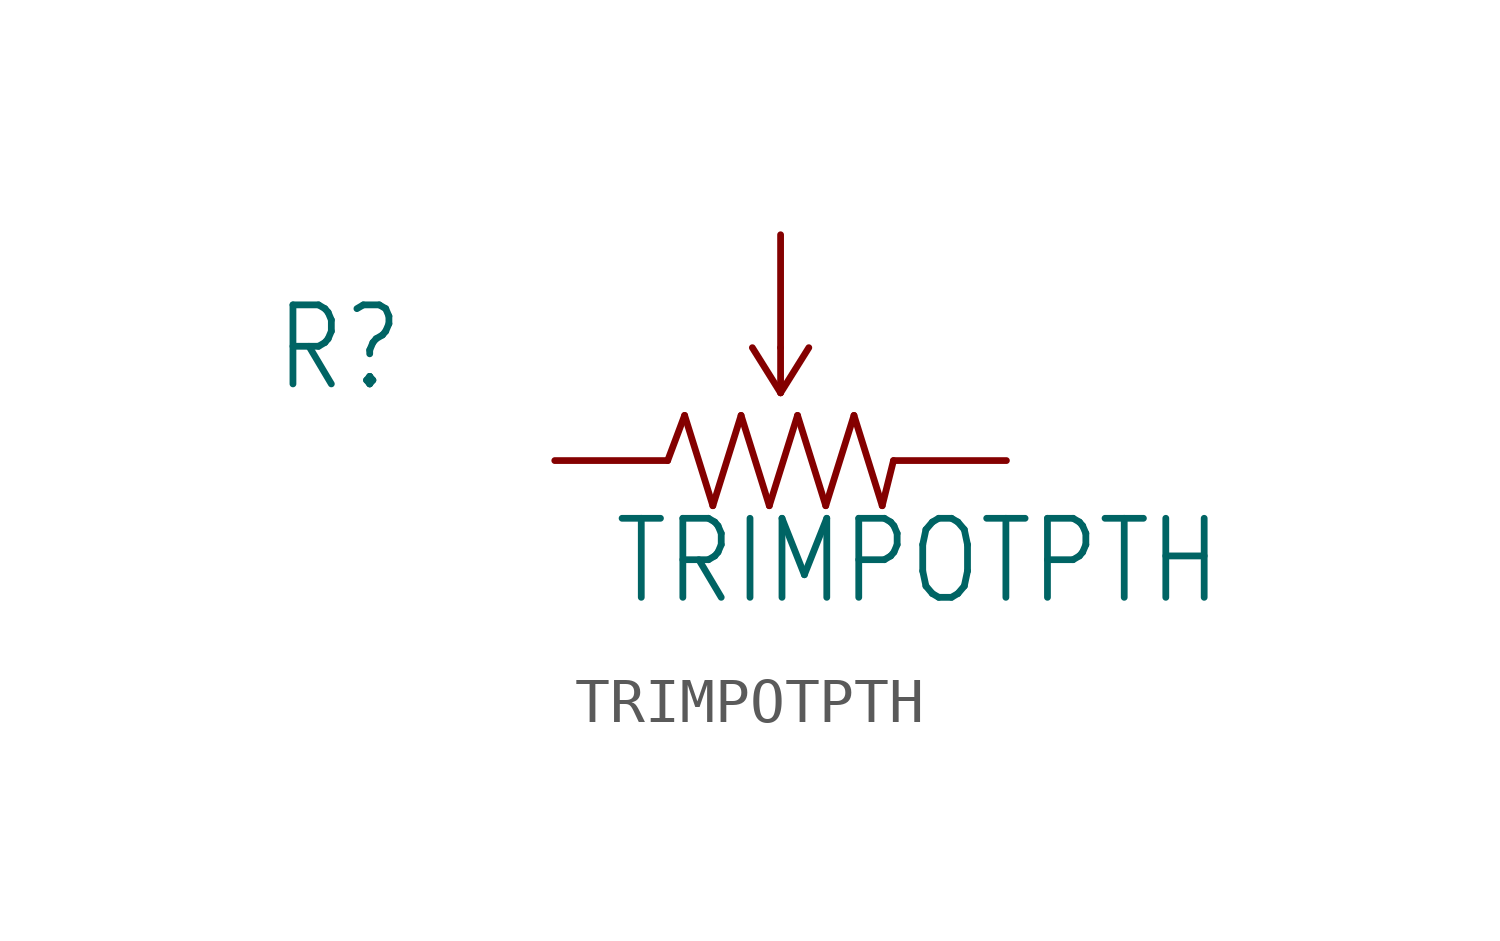
<source format=kicad_sym>
(kicad_symbol_lib
  (version 20211014)
  (generator kicad_symbol_editor)
  (symbol "TRIMPOTPTH"
    (property "Reference" "R"
      (at -11.43 1.499 0)
      (effects (font (size 1.778 1.511)) (justify left bottom)))
    (property "Value" "TRIMPOTPTH"
      (at -3.81 -3.302 0)
      (effects (font (size 1.778 1.511)) (justify left bottom)))
    (property "ki_locked" ""
      (at 0 0 0)
      (effects (font (size 1.27 1.27))))
    (symbol "TRIMPOTPTH_1_0"
      (polyline (pts (xy -2.54 0) (xy -2.159 1.016)) (stroke (width 0.152) (type default) (color 0 0 0 0)) (fill (type none)))
      (polyline (pts (xy -2.159 1.016) (xy -1.524 -1.016)) (stroke (width 0.152) (type default) (color 0 0 0 0)) (fill (type none)))
      (polyline (pts (xy -1.524 -1.016) (xy -0.889 1.016)) (stroke (width 0.152) (type default) (color 0 0 0 0)) (fill (type none)))
      (polyline (pts (xy -0.889 1.016) (xy -0.254 -1.016)) (stroke (width 0.152) (type default) (color 0 0 0 0)) (fill (type none)))
      (polyline (pts (xy -0.635 2.54) (xy 0 1.524)) (stroke (width 0.152) (type default) (color 0 0 0 0)) (fill (type none)))
      (polyline (pts (xy -0.254 -1.016) (xy 0.381 1.016)) (stroke (width 0.152) (type default) (color 0 0 0 0)) (fill (type none)))
      (polyline (pts (xy 0 1.524) (xy 0.635 2.54)) (stroke (width 0.152) (type default) (color 0 0 0 0)) (fill (type none)))
      (polyline (pts (xy 0 2.54) (xy 0 1.524)) (stroke (width 0.152) (type default) (color 0 0 0 0)) (fill (type none)))
      (polyline (pts (xy 0.381 1.016) (xy 1.016 -1.016)) (stroke (width 0.152) (type default) (color 0 0 0 0)) (fill (type none)))
      (polyline (pts (xy 1.016 -1.016) (xy 1.651 1.016)) (stroke (width 0.152) (type default) (color 0 0 0 0)) (fill (type none)))
      (polyline (pts (xy 1.651 1.016) (xy 2.286 -1.016)) (stroke (width 0.152) (type default) (color 0 0 0 0)) (fill (type none)))
      (polyline (pts (xy 2.286 -1.016) (xy 2.54 0)) (stroke (width 0.152) (type default) (color 0 0 0 0)) (fill (type none)))
      (pin passive line (at -5.08 0 0) (length 2.54) (name "CCW" (effects (font (size 0 0)))) (number "1" (effects (font (size 0 0)))))
      (pin passive line (at 0 5.08 270) (length 2.54) (name "WIPER" (effects (font (size 0 0)))) (number "2" (effects (font (size 0 0)))))
      (pin passive line (at 5.08 0 180) (length 2.54) (name "CW" (effects (font (size 0 0)))) (number "3" (effects (font (size 0 0))))))))
</source>
